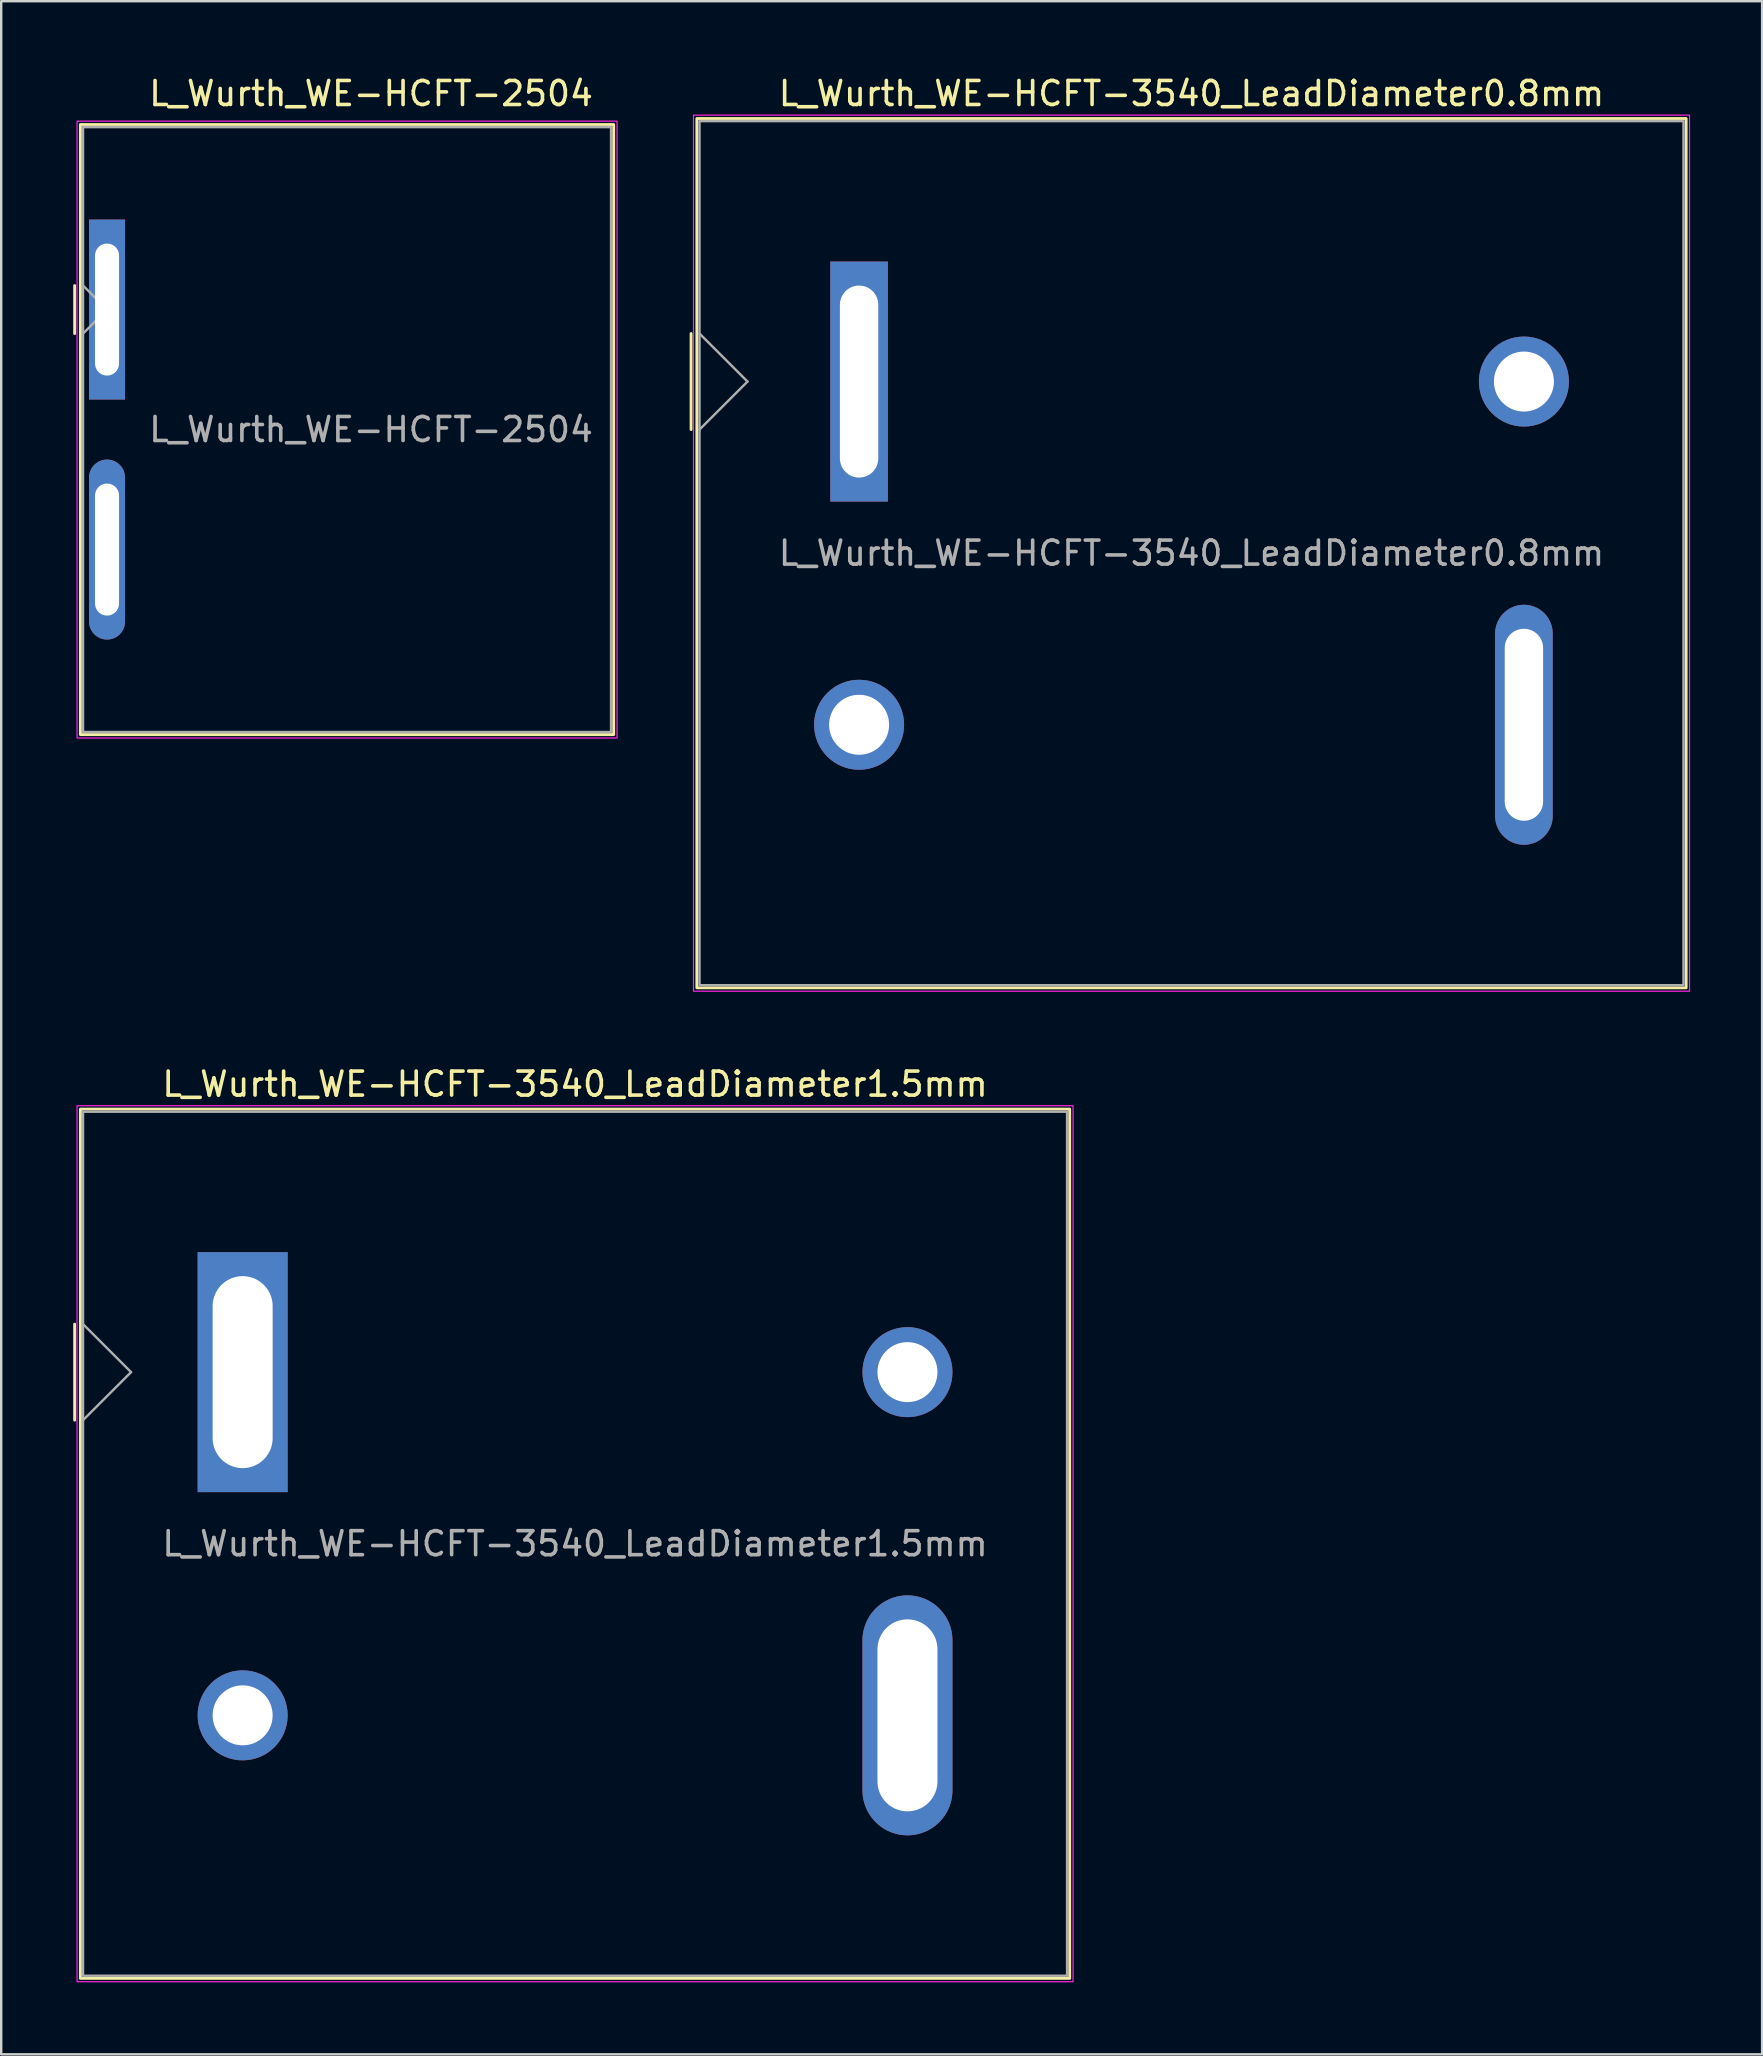
<source format=kicad_pcb>
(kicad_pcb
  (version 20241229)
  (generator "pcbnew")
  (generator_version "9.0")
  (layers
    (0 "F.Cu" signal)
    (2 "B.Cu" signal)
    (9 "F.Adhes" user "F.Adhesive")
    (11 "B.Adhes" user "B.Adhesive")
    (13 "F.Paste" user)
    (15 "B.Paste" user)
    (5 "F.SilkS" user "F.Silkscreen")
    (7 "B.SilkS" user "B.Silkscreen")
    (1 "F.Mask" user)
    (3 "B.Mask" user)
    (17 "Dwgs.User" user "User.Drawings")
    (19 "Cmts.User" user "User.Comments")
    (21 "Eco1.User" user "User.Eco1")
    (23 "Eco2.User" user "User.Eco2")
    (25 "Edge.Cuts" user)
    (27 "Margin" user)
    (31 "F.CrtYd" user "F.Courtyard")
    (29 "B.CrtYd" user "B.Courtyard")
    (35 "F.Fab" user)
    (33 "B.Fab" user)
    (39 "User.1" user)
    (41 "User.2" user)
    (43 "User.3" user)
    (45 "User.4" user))
  (footprint "L_Wurth_WE-HCFT-2504"
    (layer "F.Cu")
    (at 1.41 9.848)
    (property "Reference" "L_Wurth_WE-HCFT-2504" (at 11 -9 0) (unlocked yes) (layer "F.SilkS") (effects (font (size 1 1) (thickness 0.15))))
    (attr through_hole)
    (fp_line (start -1.35 1) (end -1.35 -1) (stroke (width 0.12) (type solid)) (layer "F.SilkS"))
    (fp_rect (start -1.11 -7.71) (end 21.11 17.71) (stroke (width 0.12) (type solid)) (fill no) (layer "F.SilkS"))
    (fp_rect (start -1.25 -7.85) (end 21.25 17.85) (stroke (width 0.05) (type solid)) (fill no) (layer "F.CrtYd"))
    (fp_line (start -1 -1) (end 0 0) (stroke (width 0.1) (type solid)) (layer "F.Fab"))
    (fp_line (start 0 0) (end -1 1) (stroke (width 0.1) (type solid)) (layer "F.Fab"))
    (fp_rect (start -1 -7.6) (end 21 17.6) (stroke (width 0.1) (type solid)) (fill no) (layer "F.Fab"))
    (fp_text user "${REFERENCE}" (at 11 5 0) (unlocked yes) (layer "F.Fab") (effects (font (size 1 1) (thickness 0.15))))
    (pad "1" thru_hole rect (at 0 0) (size 1.5 7.5) (drill oval 1 5.5) (layers "*.Cu" "*.Mask"))
    (pad "2" thru_hole oval (at 0 10) (size 1.5 7.5) (drill oval 1 5.5) (layers "*.Cu" "*.Mask")))
  (footprint "L_Wurth_WE-HCFT-3540_LeadDiameter1.5mm"
    (layer "F.Cu")
    (at 7.06 54.121)
    (property "Reference" "L_Wurth_WE-HCFT-3540_LeadDiameter1.5mm" (at 13.85 -12 0) (unlocked yes) (layer "F.SilkS") (effects (font (size 1 1) (thickness 0.15))))
    (attr through_hole)
    (fp_line (start -7 2) (end -7 -2) (stroke (width 0.12) (type solid)) (layer "F.SilkS"))
    (fp_rect (start -6.76 -10.96) (end 34.46 25.26) (stroke (width 0.12) (type solid)) (fill no) (layer "F.SilkS"))
    (fp_rect (start -6.9 -11.1) (end 34.6 25.4) (stroke (width 0.05) (type solid)) (fill no) (layer "F.CrtYd"))
    (fp_line (start -6.65 -2) (end -4.65 0) (stroke (width 0.1) (type solid)) (layer "F.Fab"))
    (fp_line (start -4.65 0) (end -6.65 2) (stroke (width 0.1) (type solid)) (layer "F.Fab"))
    (fp_rect (start -6.65 -10.85) (end 34.35 25.15) (stroke (width 0.1) (type solid)) (fill no) (layer "F.Fab"))
    (fp_text user "${REFERENCE}" (at 13.85 7.15 0) (unlocked yes) (layer "F.Fab") (effects (font (size 1 1) (thickness 0.15))))
    (pad "" thru_hole circle (at 0 14.3) (size 3.75 3.75) (drill 2.5) (layers "*.Cu" "*.Mask"))
    (pad "" thru_hole circle (at 27.7 0) (size 3.75 3.75) (drill 2.5) (layers "*.Cu" "*.Mask"))
    (pad "1" thru_hole rect (at 0 0) (size 3.75 10) (drill oval 2.5 8) (layers "*.Cu" "*.Mask"))
    (pad "2" thru_hole oval (at 27.7 14.3) (size 3.75 10) (drill oval 2.5 8) (layers "*.Cu" "*.Mask")))
  (footprint "L_Wurth_WE-HCFT-3540_LeadDiameter0.8mm"
    (layer "F.Cu")
    (at 32.745 12.848)
    (property "Reference" "L_Wurth_WE-HCFT-3540_LeadDiameter0.8mm" (at 13.85 -12 0) (unlocked yes) (layer "F.SilkS") (effects (font (size 1 1) (thickness 0.15))))
    (attr through_hole)
    (fp_line (start -7 2) (end -7 -2) (stroke (width 0.12) (type solid)) (layer "F.SilkS"))
    (fp_rect (start -6.76 -10.96) (end 34.46 25.26) (stroke (width 0.12) (type solid)) (fill no) (layer "F.SilkS"))
    (fp_rect (start -6.9 -11.1) (end 34.6 25.4) (stroke (width 0.05) (type solid)) (fill no) (layer "F.CrtYd"))
    (fp_line (start -6.65 -2) (end -4.65 0) (stroke (width 0.1) (type solid)) (layer "F.Fab"))
    (fp_line (start -4.65 0) (end -6.65 2) (stroke (width 0.1) (type solid)) (layer "F.Fab"))
    (fp_rect (start -6.65 -10.85) (end 34.35 25.15) (stroke (width 0.1) (type solid)) (fill no) (layer "F.Fab"))
    (fp_text user "${REFERENCE}" (at 13.85 7.15 0) (unlocked yes) (layer "F.Fab") (effects (font (size 1 1) (thickness 0.15))))
    (pad "" thru_hole circle (at 0 14.3) (size 3.75 3.75) (drill 2.5) (layers "*.Cu" "*.Mask"))
    (pad "" thru_hole circle (at 27.7 0) (size 3.75 3.75) (drill 2.5) (layers "*.Cu" "*.Mask"))
    (pad "1" thru_hole rect (at 0 0) (size 2.4 10) (drill oval 1.6 8) (layers "*.Cu" "*.Mask"))
    (pad "2" thru_hole oval (at 27.7 14.3) (size 2.4 10) (drill oval 1.6 8) (layers "*.Cu" "*.Mask")))
  (gr_rect
    (start -3 -3)
    (end 70.37 82.546)
    (stroke (width 0.1) (type default))
    (fill no)
    (layer "Edge.Cuts")))
</source>
